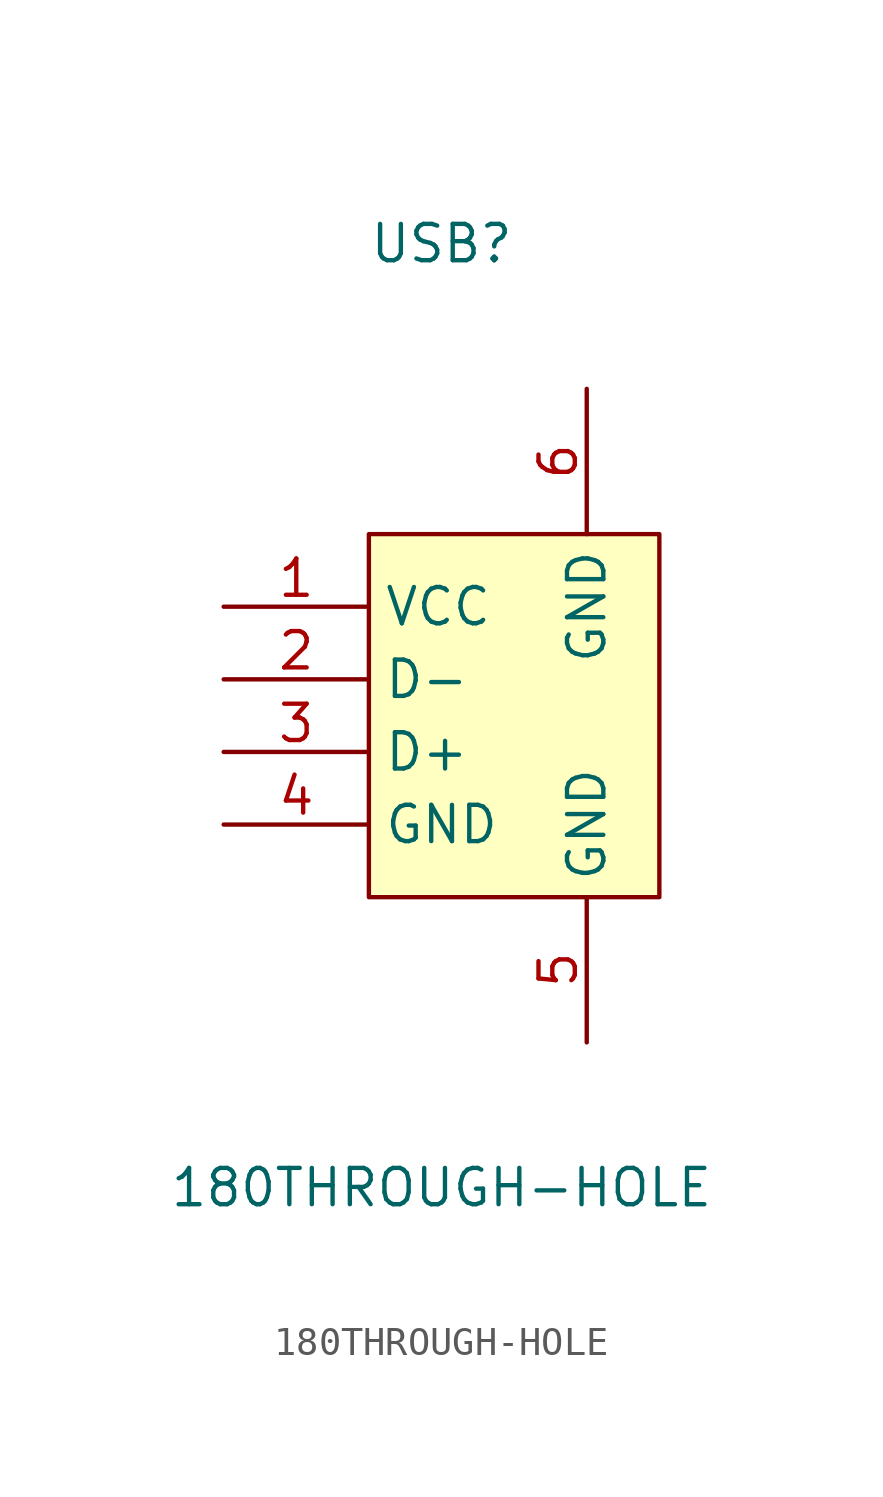
<source format=kicad_sym>
(kicad_symbol_lib
  (version 20211014)
  (generator https://github.com/uPesy/easyeda2kicad.py)
  (symbol "180THROUGH-HOLE"
    (property "Reference" "USB"
      (at 0 16.51 0)
      (effects (font (size 1.27 1.27))))
    (property "Value" "180THROUGH-HOLE"
      (at 0 -16.51 0)
      (effects (font (size 1.27 1.27))))
    (symbol "180THROUGH-HOLE_0_1"
      (rectangle (start -2.54 6.35) (end 7.62 -6.35) (stroke (width 0) (type default) (color 0 0 0 0)) (fill (type background)))
      (pin unspecified line (at -7.62 3.81 0) (length 5.08) (name "VCC" (effects (font (size 1.27 1.27)))) (number "1" (effects (font (size 1.27 1.27)))))
      (pin unspecified line (at -7.62 1.27 0) (length 5.08) (name "D-" (effects (font (size 1.27 1.27)))) (number "2" (effects (font (size 1.27 1.27)))))
      (pin unspecified line (at -7.62 -1.27 0) (length 5.08) (name "D+" (effects (font (size 1.27 1.27)))) (number "3" (effects (font (size 1.27 1.27)))))
      (pin unspecified line (at -7.62 -3.81 0) (length 5.08) (name "GND" (effects (font (size 1.27 1.27)))) (number "4" (effects (font (size 1.27 1.27)))))
      (pin unspecified line (at 5.08 -11.43 90) (length 5.08) (name "GND" (effects (font (size 1.27 1.27)))) (number "5" (effects (font (size 1.27 1.27)))))
      (pin unspecified line (at 5.08 11.43 270) (length 5.08) (name "GND" (effects (font (size 1.27 1.27)))) (number "6" (effects (font (size 1.27 1.27))))))))
</source>
